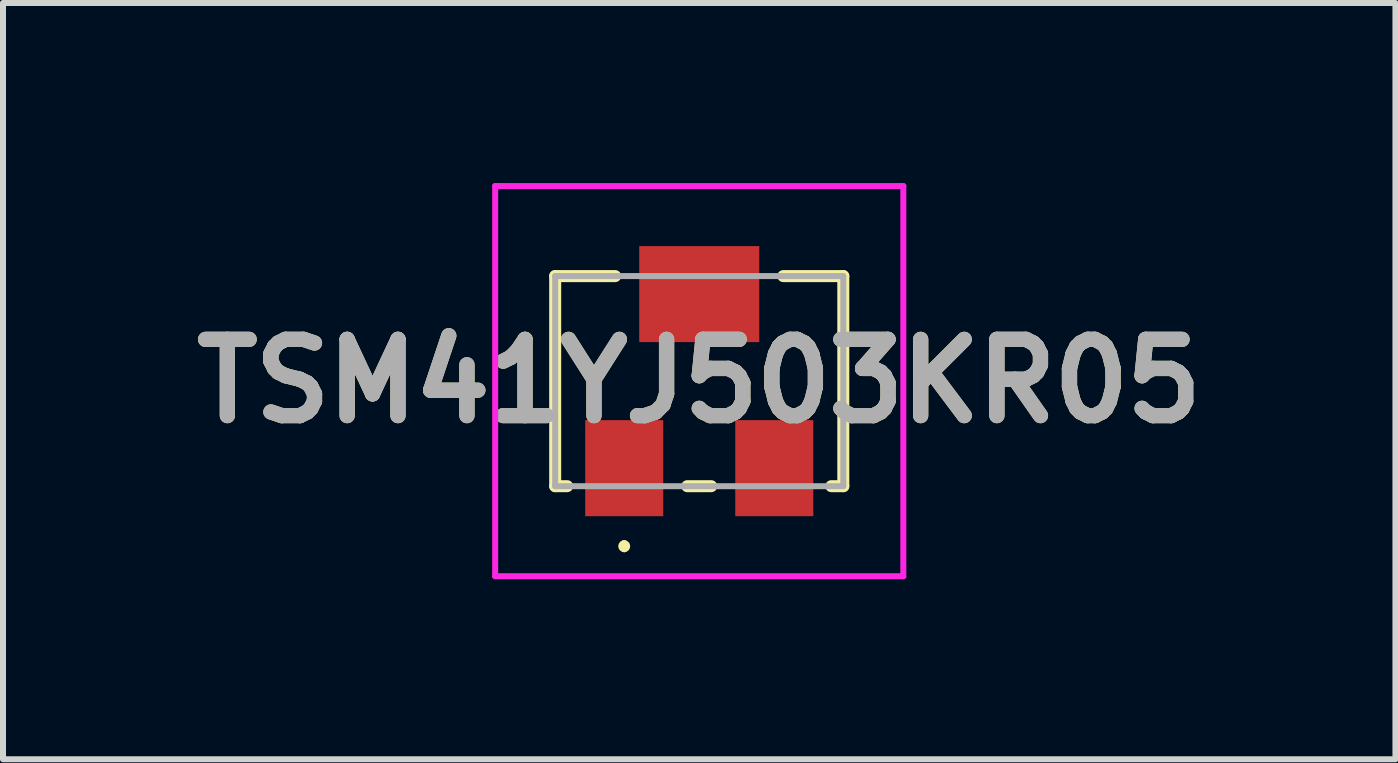
<source format=kicad_pcb>
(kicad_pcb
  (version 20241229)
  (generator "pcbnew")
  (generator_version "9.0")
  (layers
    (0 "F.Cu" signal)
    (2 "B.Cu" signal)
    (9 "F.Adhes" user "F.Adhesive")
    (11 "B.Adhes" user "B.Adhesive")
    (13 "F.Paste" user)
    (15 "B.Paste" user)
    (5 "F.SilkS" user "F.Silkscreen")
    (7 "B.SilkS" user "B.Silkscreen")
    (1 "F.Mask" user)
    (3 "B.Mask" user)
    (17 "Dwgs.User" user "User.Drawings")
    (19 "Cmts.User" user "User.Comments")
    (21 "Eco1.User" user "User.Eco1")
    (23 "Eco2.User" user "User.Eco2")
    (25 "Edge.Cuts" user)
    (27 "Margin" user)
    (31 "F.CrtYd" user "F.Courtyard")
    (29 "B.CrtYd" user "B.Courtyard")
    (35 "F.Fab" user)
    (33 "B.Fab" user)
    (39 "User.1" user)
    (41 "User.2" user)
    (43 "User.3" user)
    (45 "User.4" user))
  (footprint "TSM41YJ503KR05"
    (layer "F.Cu")
    (at 8.6 3.3)
    (property "Reference" "TSM41YJ503KR05" (at 0 0 0) (layer "F.SilkS") (effects (font (size 1.27 1.27) (thickness 0.254))))
    (attr smd)
    (fp_line (start -2.4 -1.75) (end -1.4 -1.75) (stroke (width 0.2) (type solid)) (layer "F.SilkS"))
    (fp_line (start -2.4 1.75) (end -2.4 -1.75) (stroke (width 0.2) (type solid)) (layer "F.SilkS"))
    (fp_line (start -2.2 1.75) (end -2.4 1.75) (stroke (width 0.2) (type solid)) (layer "F.SilkS"))
    (fp_line (start -1.25 2.7) (end -1.25 2.7) (stroke (width 0.1) (type solid)) (layer "F.SilkS"))
    (fp_line (start -1.25 2.8) (end -1.25 2.8) (stroke (width 0.1) (type solid)) (layer "F.SilkS"))
    (fp_line (start -0.2 1.75) (end 0.2 1.75) (stroke (width 0.2) (type solid)) (layer "F.SilkS"))
    (fp_line (start 1.4 -1.75) (end 2.4 -1.75) (stroke (width 0.2) (type solid)) (layer "F.SilkS"))
    (fp_line (start 2.4 -1.75) (end 2.4 1.75) (stroke (width 0.2) (type solid)) (layer "F.SilkS"))
    (fp_line (start 2.4 1.75) (end 2.2 1.75) (stroke (width 0.2) (type solid)) (layer "F.SilkS"))
    (fp_arc (start -1.25 2.7) (mid -1.2 2.75) (end -1.25 2.8) (stroke (width 0.1) (type solid)) (layer "F.SilkS"))
    (fp_arc (start -1.25 2.8) (mid -1.3 2.75) (end -1.25 2.7) (stroke (width 0.1) (type solid)) (layer "F.SilkS"))
    (fp_line (start -3.4 -3.25) (end 3.4 -3.25) (stroke (width 0.1) (type solid)) (layer "F.CrtYd"))
    (fp_line (start -3.4 3.25) (end -3.4 -3.25) (stroke (width 0.1) (type solid)) (layer "F.CrtYd"))
    (fp_line (start 3.4 -3.25) (end 3.4 3.25) (stroke (width 0.1) (type solid)) (layer "F.CrtYd"))
    (fp_line (start 3.4 3.25) (end -3.4 3.25) (stroke (width 0.1) (type solid)) (layer "F.CrtYd"))
    (fp_line (start -2.4 -1.75) (end 2.4 -1.75) (stroke (width 0.1) (type solid)) (layer "F.Fab"))
    (fp_line (start -2.4 1.75) (end -2.4 -1.75) (stroke (width 0.1) (type solid)) (layer "F.Fab"))
    (fp_line (start 2.4 -1.75) (end 2.4 1.75) (stroke (width 0.1) (type solid)) (layer "F.Fab"))
    (fp_line (start 2.4 1.75) (end -2.4 1.75) (stroke (width 0.1) (type solid)) (layer "F.Fab"))
    (fp_text user "${REFERENCE}" (at 0 0 0) (layer "F.Fab") (effects (font (size 1.27 1.27) (thickness 0.254))))
    (pad "1" smd rect (at -1.25 1.45) (size 1.3 1.6) (layers "F.Cu" "F.Mask" "F.Paste"))
    (pad "2" smd rect (at 0 -1.45 90) (size 1.6 2) (layers "F.Cu" "F.Mask" "F.Paste"))
    (pad "3" smd rect (at 1.25 1.45) (size 1.3 1.6) (layers "F.Cu" "F.Mask" "F.Paste")))
  (gr_rect
    (start -3 -3)
    (end 20.199 9.6)
    (stroke (width 0.1) (type default))
    (fill no)
    (layer "Edge.Cuts")))
</source>
